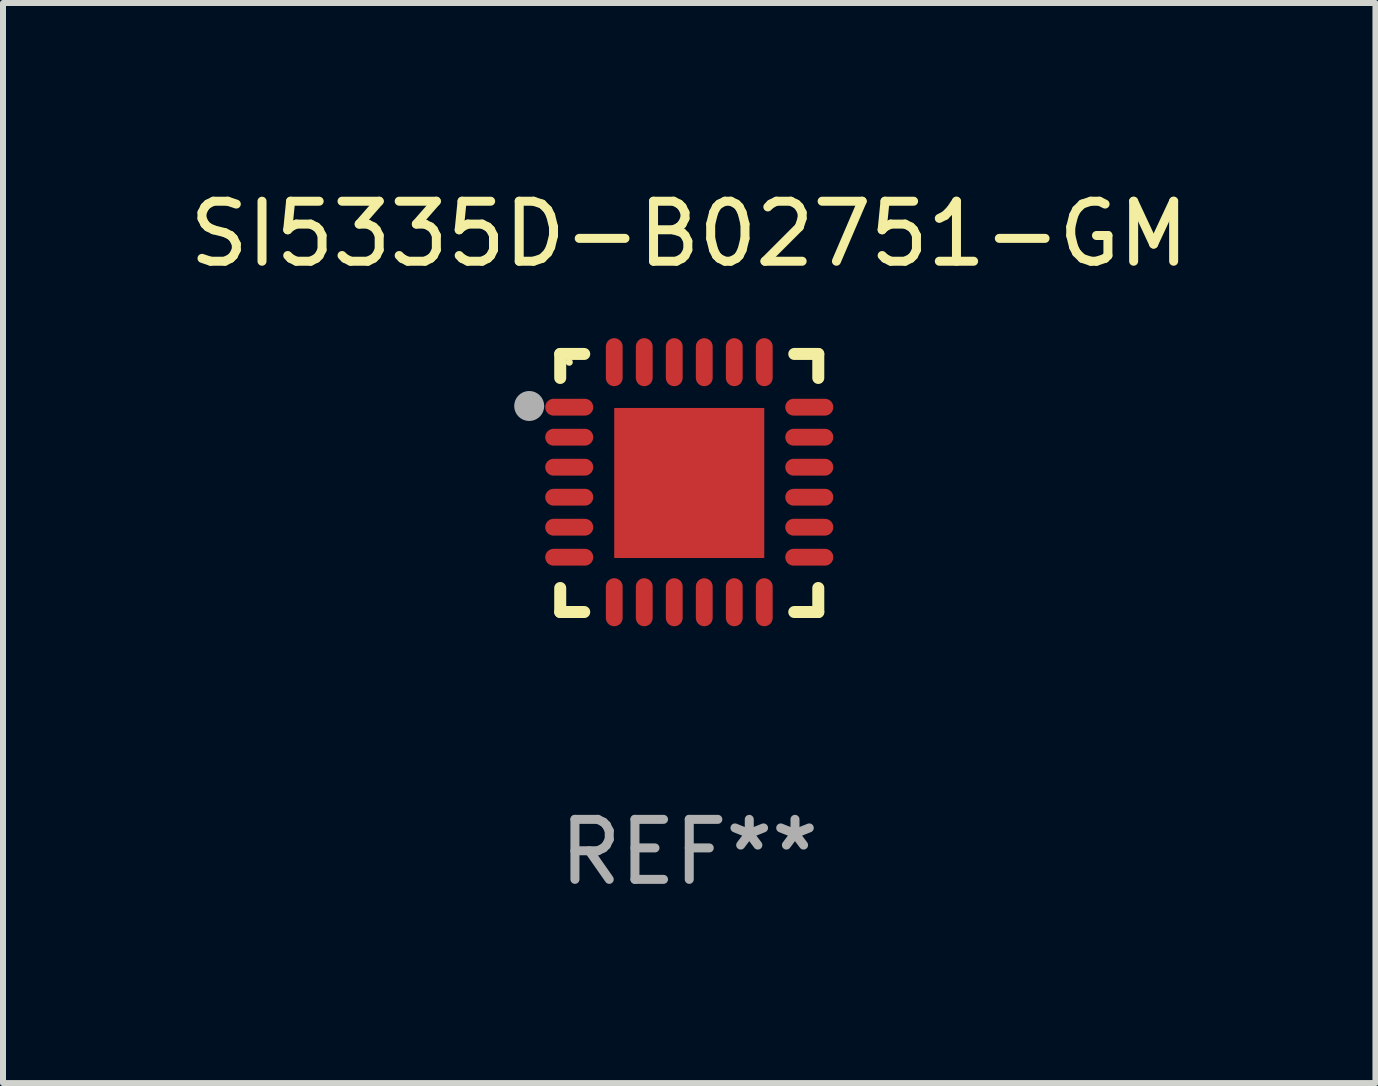
<source format=kicad_pcb>
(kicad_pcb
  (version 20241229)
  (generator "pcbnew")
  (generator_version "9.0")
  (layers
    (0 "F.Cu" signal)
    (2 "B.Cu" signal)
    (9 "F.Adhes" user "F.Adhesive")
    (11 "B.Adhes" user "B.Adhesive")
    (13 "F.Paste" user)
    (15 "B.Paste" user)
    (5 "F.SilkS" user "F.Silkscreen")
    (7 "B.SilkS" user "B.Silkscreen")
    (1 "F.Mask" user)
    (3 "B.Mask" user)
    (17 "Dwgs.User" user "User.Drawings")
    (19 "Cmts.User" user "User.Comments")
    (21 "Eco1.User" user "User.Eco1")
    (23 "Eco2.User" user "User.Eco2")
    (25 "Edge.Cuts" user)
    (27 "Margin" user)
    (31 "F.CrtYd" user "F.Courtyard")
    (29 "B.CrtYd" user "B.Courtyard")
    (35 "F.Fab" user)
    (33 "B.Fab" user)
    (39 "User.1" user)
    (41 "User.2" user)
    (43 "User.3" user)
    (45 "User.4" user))
  (footprint "SI5335D-B02751-GM"
    (layer "F.Cu")
    (at 8.435 4.998)
    (property "Reference" "SI5335D-B02751-GM" (at 0 -4.15 0) (layer "F.SilkS") (effects (font (size 1 1) (thickness 0.15))))
    (attr through_hole)
    (fp_line (start -2.15 -2.15) (end -1.75 -2.15) (stroke (width 0.2) (type solid)) (layer "F.SilkS"))
    (fp_line (start -2.15 -1.75) (end -2.15 -2.15) (stroke (width 0.2) (type solid)) (layer "F.SilkS"))
    (fp_line (start -2.15 2.15) (end -2.15 1.75) (stroke (width 0.2) (type solid)) (layer "F.SilkS"))
    (fp_line (start -1.75 2.15) (end -2.15 2.15) (stroke (width 0.2) (type solid)) (layer "F.SilkS"))
    (fp_line (start 1.75 -2.15) (end 2.15 -2.15) (stroke (width 0.2) (type solid)) (layer "F.SilkS"))
    (fp_line (start 1.75 2.15) (end 2.15 2.15) (stroke (width 0.2) (type solid)) (layer "F.SilkS"))
    (fp_line (start 2.15 -2.15) (end 2.15 -1.75) (stroke (width 0.2) (type solid)) (layer "F.SilkS"))
    (fp_line (start 2.15 2.15) (end 2.15 1.75) (stroke (width 0.2) (type solid)) (layer "F.SilkS"))
    (fp_circle (center -2 -2.013) (end -1.97 -2.013) (stroke (width 0.06) (type solid)) (fill no) (layer "F.SilkS"))
    (fp_circle (center -2.667 -1.283) (end -2.542 -1.283) (stroke (width 0.25) (type solid)) (fill no) (layer "F.Fab"))
    (fp_text user "REF**" (at 0 6.15 0) (layer "F.Fab") (effects (font (size 1 1) (thickness 0.15))))
    (pad "1" smd oval (at -2 -1.263) (size 0.8 0.28) (layers "F.Cu" "F.Mask" "F.Paste"))
    (pad "2" smd oval (at -2 -0.763) (size 0.8 0.28) (layers "F.Cu" "F.Mask" "F.Paste"))
    (pad "3" smd oval (at -2 -0.263) (size 0.8 0.28) (layers "F.Cu" "F.Mask" "F.Paste"))
    (pad "4" smd oval (at -2 0.237) (size 0.8 0.28) (layers "F.Cu" "F.Mask" "F.Paste"))
    (pad "5" smd oval (at -2 0.737) (size 0.8 0.28) (layers "F.Cu" "F.Mask" "F.Paste"))
    (pad "6" smd oval (at -2 1.237) (size 0.8 0.28) (layers "F.Cu" "F.Mask" "F.Paste"))
    (pad "7" smd oval (at -1.25 1.987) (size 0.28 0.8) (layers "F.Cu" "F.Mask" "F.Paste"))
    (pad "8" smd oval (at -0.75 1.987) (size 0.28 0.8) (layers "F.Cu" "F.Mask" "F.Paste"))
    (pad "9" smd oval (at -0.25 1.987) (size 0.28 0.8) (layers "F.Cu" "F.Mask" "F.Paste"))
    (pad "10" smd oval (at 0.25 1.987) (size 0.28 0.8) (layers "F.Cu" "F.Mask" "F.Paste"))
    (pad "11" smd oval (at 0.75 1.987) (size 0.28 0.8) (layers "F.Cu" "F.Mask" "F.Paste"))
    (pad "12" smd oval (at 1.25 1.987) (size 0.28 0.8) (layers "F.Cu" "F.Mask" "F.Paste"))
    (pad "13" smd oval (at 2 1.237) (size 0.8 0.28) (layers "F.Cu" "F.Mask" "F.Paste"))
    (pad "14" smd oval (at 2 0.737) (size 0.8 0.28) (layers "F.Cu" "F.Mask" "F.Paste"))
    (pad "15" smd oval (at 2 0.237) (size 0.8 0.28) (layers "F.Cu" "F.Mask" "F.Paste"))
    (pad "16" smd oval (at 2 -0.263) (size 0.8 0.28) (layers "F.Cu" "F.Mask" "F.Paste"))
    (pad "17" smd oval (at 2 -0.763) (size 0.8 0.28) (layers "F.Cu" "F.Mask" "F.Paste"))
    (pad "18" smd oval (at 2 -1.263) (size 0.8 0.28) (layers "F.Cu" "F.Mask" "F.Paste"))
    (pad "19" smd oval (at 1.25 -2.013) (size 0.28 0.8) (layers "F.Cu" "F.Mask" "F.Paste"))
    (pad "20" smd oval (at 0.75 -2.013) (size 0.28 0.8) (layers "F.Cu" "F.Mask" "F.Paste"))
    (pad "21" smd oval (at 0.25 -2.013) (size 0.28 0.8) (layers "F.Cu" "F.Mask" "F.Paste"))
    (pad "22" smd oval (at -0.25 -2.013) (size 0.28 0.8) (layers "F.Cu" "F.Mask" "F.Paste"))
    (pad "23" smd oval (at -0.75 -2.013) (size 0.28 0.8) (layers "F.Cu" "F.Mask" "F.Paste"))
    (pad "24" smd oval (at -1.25 -2.013) (size 0.28 0.8) (layers "F.Cu" "F.Mask" "F.Paste"))
    (pad "25" smd rect (at -0.000127 -0.00014) (size 2.5 2.5) (layers "F.Cu" "F.Mask" "F.Paste")))
  (gr_rect
    (start -3 -3)
    (end 19.869 14.997)
    (stroke (width 0.1) (type default))
    (fill no)
    (layer "Edge.Cuts")))
</source>
